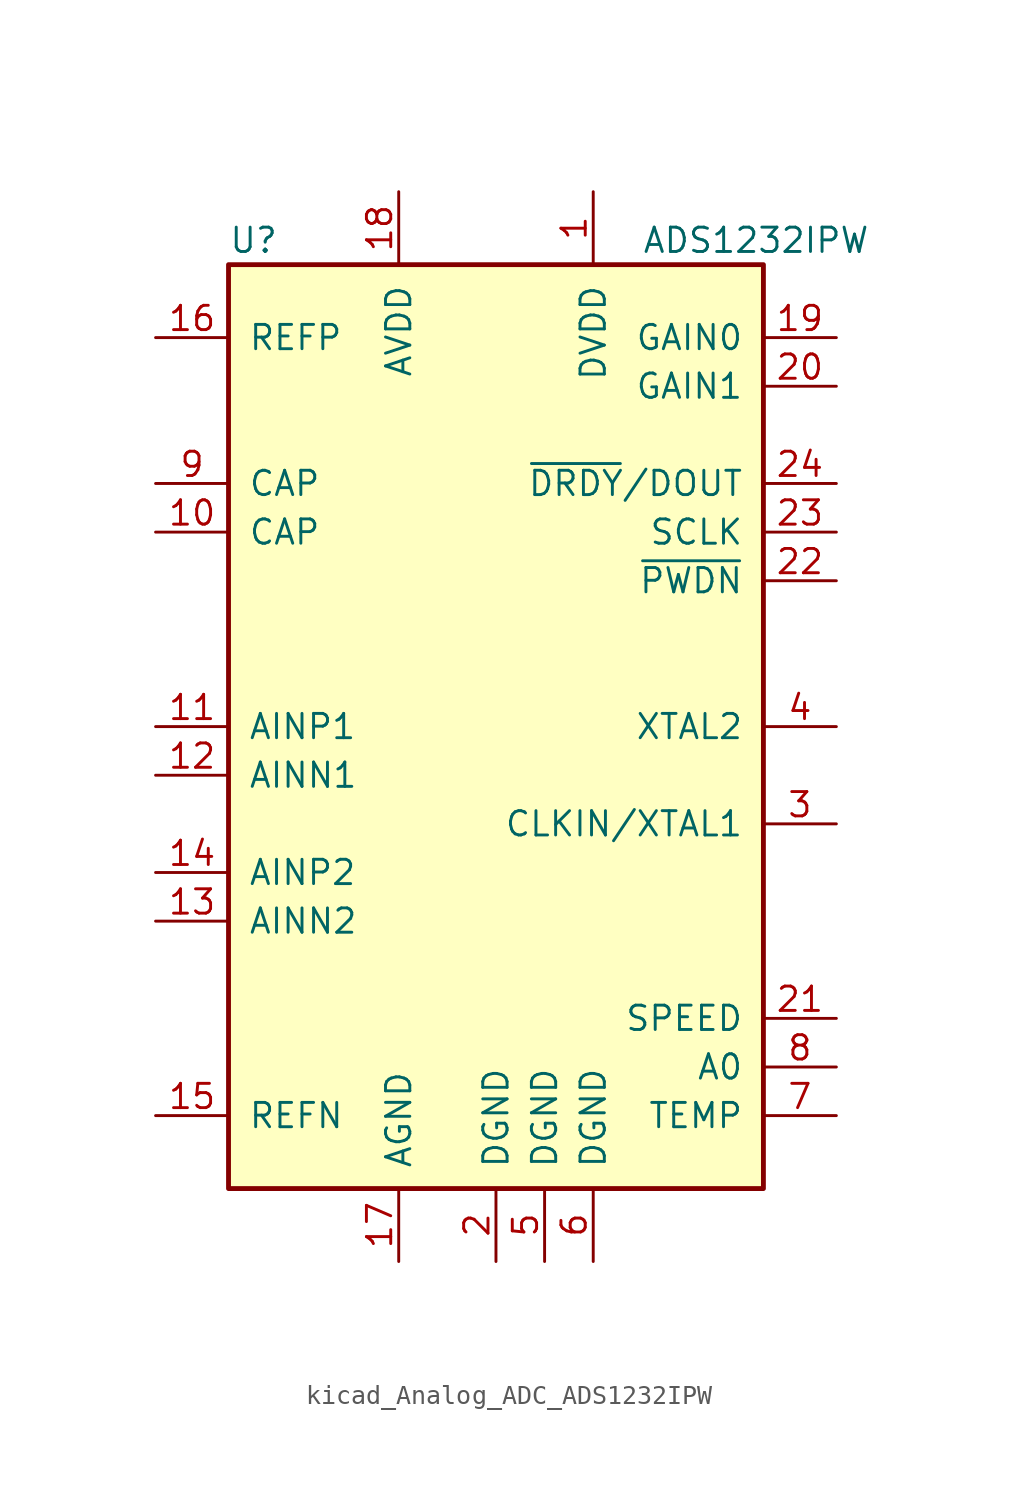
<source format=kicad_sym>
(kicad_symbol_lib
  (version 20220914)
  (generator kicad_symbol_editor)
  (symbol "kicad_Analog_ADC_ADS1232IPW"
    (pin_names
      (offset 1.016))
    (property "Reference" "U"
      (at -13.97 25.4 0)
      (effects (font (size 1.27 1.27)) (justify left)))
    (property "Value" "ADS1232IPW"
      (at 7.62 25.4 0)
      (effects (font (size 1.27 1.27)) (justify left)))
    (symbol "kicad_Analog_ADC_ADS1232IPW_0_1"
      (rectangle (start -13.97 24.13) (end 13.97 -24.13) (stroke (width 0.254) (type default)) (fill (type background))))
    (symbol "kicad_Analog_ADC_ADS1232IPW_1_1"
      (pin power_in line (at 5.08 27.94 270) (length 3.81) (name "DVDD" (effects (font (size 1.27 1.27)))) (number "1" (effects (font (size 1.27 1.27)))))
      (pin passive line (at -17.78 10.16 0) (length 3.81) (name "CAP" (effects (font (size 1.27 1.27)))) (number "10" (effects (font (size 1.27 1.27)))))
      (pin input line (at -17.78 0 0) (length 3.81) (name "AINP1" (effects (font (size 1.27 1.27)))) (number "11" (effects (font (size 1.27 1.27)))))
      (pin input line (at -17.78 -2.54 0) (length 3.81) (name "AINN1" (effects (font (size 1.27 1.27)))) (number "12" (effects (font (size 1.27 1.27)))))
      (pin input line (at -17.78 -10.16 0) (length 3.81) (name "AINN2" (effects (font (size 1.27 1.27)))) (number "13" (effects (font (size 1.27 1.27)))))
      (pin input line (at -17.78 -7.62 0) (length 3.81) (name "AINP2" (effects (font (size 1.27 1.27)))) (number "14" (effects (font (size 1.27 1.27)))))
      (pin input line (at -17.78 -20.32 0) (length 3.81) (name "REFN" (effects (font (size 1.27 1.27)))) (number "15" (effects (font (size 1.27 1.27)))))
      (pin input line (at -17.78 20.32 0) (length 3.81) (name "REFP" (effects (font (size 1.27 1.27)))) (number "16" (effects (font (size 1.27 1.27)))))
      (pin power_in line (at -5.08 -27.94 90) (length 3.81) (name "AGND" (effects (font (size 1.27 1.27)))) (number "17" (effects (font (size 1.27 1.27)))))
      (pin power_in line (at -5.08 27.94 270) (length 3.81) (name "AVDD" (effects (font (size 1.27 1.27)))) (number "18" (effects (font (size 1.27 1.27)))))
      (pin input line (at 17.78 20.32 180) (length 3.81) (name "GAIN0" (effects (font (size 1.27 1.27)))) (number "19" (effects (font (size 1.27 1.27)))))
      (pin power_in line (at 0 -27.94 90) (length 3.81) (name "DGND" (effects (font (size 1.27 1.27)))) (number "2" (effects (font (size 1.27 1.27)))))
      (pin input line (at 17.78 17.78 180) (length 3.81) (name "GAIN1" (effects (font (size 1.27 1.27)))) (number "20" (effects (font (size 1.27 1.27)))))
      (pin input line (at 17.78 -15.24 180) (length 3.81) (name "SPEED" (effects (font (size 1.27 1.27)))) (number "21" (effects (font (size 1.27 1.27)))))
      (pin input line (at 17.78 7.62 180) (length 3.81) (name "~{PWDN}" (effects (font (size 1.27 1.27)))) (number "22" (effects (font (size 1.27 1.27)))))
      (pin input line (at 17.78 10.16 180) (length 3.81) (name "SCLK" (effects (font (size 1.27 1.27)))) (number "23" (effects (font (size 1.27 1.27)))))
      (pin output line (at 17.78 12.7 180) (length 3.81) (name "~{DRDY}/DOUT" (effects (font (size 1.27 1.27)))) (number "24" (effects (font (size 1.27 1.27)))))
      (pin bidirectional line (at 17.78 -5.08 180) (length 3.81) (name "CLKIN/XTAL1" (effects (font (size 1.27 1.27)))) (number "3" (effects (font (size 1.27 1.27)))))
      (pin bidirectional line (at 17.78 0 180) (length 3.81) (name "XTAL2" (effects (font (size 1.27 1.27)))) (number "4" (effects (font (size 1.27 1.27)))))
      (pin power_in line (at 2.54 -27.94 90) (length 3.81) (name "DGND" (effects (font (size 1.27 1.27)))) (number "5" (effects (font (size 1.27 1.27)))))
      (pin power_in line (at 5.08 -27.94 90) (length 3.81) (name "DGND" (effects (font (size 1.27 1.27)))) (number "6" (effects (font (size 1.27 1.27)))))
      (pin input line (at 17.78 -20.32 180) (length 3.81) (name "TEMP" (effects (font (size 1.27 1.27)))) (number "7" (effects (font (size 1.27 1.27)))))
      (pin input line (at 17.78 -17.78 180) (length 3.81) (name "A0" (effects (font (size 1.27 1.27)))) (number "8" (effects (font (size 1.27 1.27)))))
      (pin passive line (at -17.78 12.7 0) (length 3.81) (name "CAP" (effects (font (size 1.27 1.27)))) (number "9" (effects (font (size 1.27 1.27))))))))
</source>
